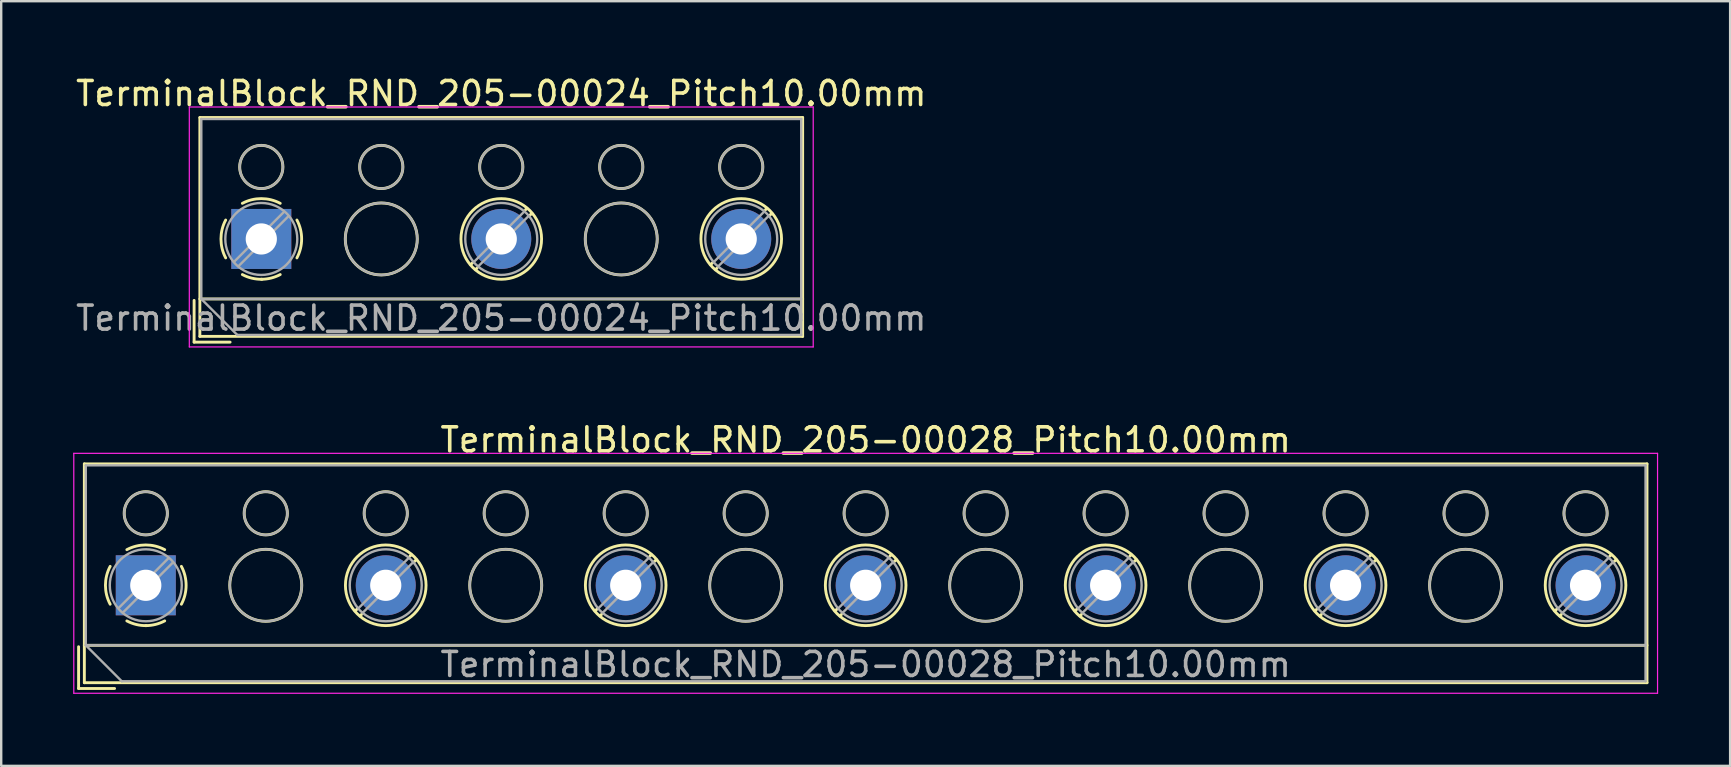
<source format=kicad_pcb>
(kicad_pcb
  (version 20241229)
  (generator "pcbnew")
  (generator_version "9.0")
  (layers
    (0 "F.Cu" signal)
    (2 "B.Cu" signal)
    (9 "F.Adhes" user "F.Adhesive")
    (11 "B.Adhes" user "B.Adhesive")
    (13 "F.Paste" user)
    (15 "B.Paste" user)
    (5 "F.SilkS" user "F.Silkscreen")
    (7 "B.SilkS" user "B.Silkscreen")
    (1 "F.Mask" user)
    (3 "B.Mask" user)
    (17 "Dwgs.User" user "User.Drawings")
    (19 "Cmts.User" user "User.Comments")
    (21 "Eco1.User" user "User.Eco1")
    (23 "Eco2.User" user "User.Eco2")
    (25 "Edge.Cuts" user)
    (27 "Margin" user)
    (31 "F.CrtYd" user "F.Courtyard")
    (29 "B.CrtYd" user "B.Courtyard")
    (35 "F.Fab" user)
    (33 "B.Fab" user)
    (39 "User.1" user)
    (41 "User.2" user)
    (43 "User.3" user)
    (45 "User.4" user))
  (footprint "TerminalBlock_RND_205-00028_Pitch10.00mm"
    (layer "F.Cu")
    (at 3.025 21.341)
    (property "Reference" "TerminalBlock_RND_205-00028_Pitch10.00mm" (at 30 -6.06 0) (layer "F.SilkS") (effects (font (size 1 1) (thickness 0.15))))
    (attr through_hole)
    (fp_line (start -2.8 2.56) (end -2.8 4.3) (stroke (width 0.12) (type solid)) (layer "F.SilkS"))
    (fp_line (start -2.8 4.3) (end -1.3 4.3) (stroke (width 0.12) (type solid)) (layer "F.SilkS"))
    (fp_line (start -2.56 -5.06) (end -2.56 4.06) (stroke (width 0.12) (type solid)) (layer "F.SilkS"))
    (fp_line (start -2.56 2.5) (end 62.56 2.5) (stroke (width 0.12) (type solid)) (layer "F.SilkS"))
    (fp_line (start -2.56 4.06) (end 62.56 4.06) (stroke (width 0.12) (type solid)) (layer "F.SilkS"))
    (fp_line (start 8.82 0.976) (end 8.726 1.069) (stroke (width 0.12) (type solid)) (layer "F.SilkS"))
    (fp_line (start 8.99 1.216) (end 8.931 1.274) (stroke (width 0.12) (type solid)) (layer "F.SilkS"))
    (fp_line (start 11.07 -1.275) (end 11.011 -1.216) (stroke (width 0.12) (type solid)) (layer "F.SilkS"))
    (fp_line (start 11.275 -1.069) (end 11.181 -0.976) (stroke (width 0.12) (type solid)) (layer "F.SilkS"))
    (fp_line (start 18.82 0.976) (end 18.726 1.069) (stroke (width 0.12) (type solid)) (layer "F.SilkS"))
    (fp_line (start 18.99 1.216) (end 18.931 1.274) (stroke (width 0.12) (type solid)) (layer "F.SilkS"))
    (fp_line (start 21.07 -1.275) (end 21.011 -1.216) (stroke (width 0.12) (type solid)) (layer "F.SilkS"))
    (fp_line (start 21.275 -1.069) (end 21.181 -0.976) (stroke (width 0.12) (type solid)) (layer "F.SilkS"))
    (fp_line (start 28.82 0.976) (end 28.726 1.069) (stroke (width 0.12) (type solid)) (layer "F.SilkS"))
    (fp_line (start 28.99 1.216) (end 28.931 1.274) (stroke (width 0.12) (type solid)) (layer "F.SilkS"))
    (fp_line (start 31.07 -1.275) (end 31.011 -1.216) (stroke (width 0.12) (type solid)) (layer "F.SilkS"))
    (fp_line (start 31.275 -1.069) (end 31.181 -0.976) (stroke (width 0.12) (type solid)) (layer "F.SilkS"))
    (fp_line (start 38.82 0.976) (end 38.726 1.069) (stroke (width 0.12) (type solid)) (layer "F.SilkS"))
    (fp_line (start 38.99 1.216) (end 38.931 1.274) (stroke (width 0.12) (type solid)) (layer "F.SilkS"))
    (fp_line (start 41.07 -1.275) (end 41.011 -1.216) (stroke (width 0.12) (type solid)) (layer "F.SilkS"))
    (fp_line (start 41.275 -1.069) (end 41.181 -0.976) (stroke (width 0.12) (type solid)) (layer "F.SilkS"))
    (fp_line (start 48.82 0.976) (end 48.726 1.069) (stroke (width 0.12) (type solid)) (layer "F.SilkS"))
    (fp_line (start 48.99 1.216) (end 48.931 1.274) (stroke (width 0.12) (type solid)) (layer "F.SilkS"))
    (fp_line (start 51.07 -1.275) (end 51.011 -1.216) (stroke (width 0.12) (type solid)) (layer "F.SilkS"))
    (fp_line (start 51.275 -1.069) (end 51.181 -0.976) (stroke (width 0.12) (type solid)) (layer "F.SilkS"))
    (fp_line (start 58.82 0.976) (end 58.726 1.069) (stroke (width 0.12) (type solid)) (layer "F.SilkS"))
    (fp_line (start 58.99 1.216) (end 58.931 1.274) (stroke (width 0.12) (type solid)) (layer "F.SilkS"))
    (fp_line (start 61.07 -1.275) (end 61.011 -1.216) (stroke (width 0.12) (type solid)) (layer "F.SilkS"))
    (fp_line (start 61.275 -1.069) (end 61.181 -0.976) (stroke (width 0.12) (type solid)) (layer "F.SilkS"))
    (fp_line (start 62.56 -5.06) (end -2.56 -5.06) (stroke (width 0.12) (type solid)) (layer "F.SilkS"))
    (fp_line (start 62.56 4.06) (end 62.56 -5.06) (stroke (width 0.12) (type solid)) (layer "F.SilkS"))
    (fp_arc (start -1.483953 0.789089) (mid -1.680708 0.00005) (end -1.484 -0.789) (stroke (width 0.12) (type solid)) (layer "F.SilkS"))
    (fp_arc (start -0.789089 -1.483953) (mid -0.00005 -1.680708) (end 0.789 -1.484) (stroke (width 0.12) (type solid)) (layer "F.SilkS"))
    (fp_arc (start 0.029383 1.68045) (mid -0.392304 1.634281) (end -0.789 1.484) (stroke (width 0.12) (type solid)) (layer "F.SilkS"))
    (fp_arc (start 0.788712 1.483352) (mid 0.406429 1.630097) (end 0 1.68) (stroke (width 0.12) (type solid)) (layer "F.SilkS"))
    (fp_arc (start 1.483953 -0.789089) (mid 1.680708 -0.00005) (end 1.484 0.789) (stroke (width 0.12) (type solid)) (layer "F.SilkS"))
    (fp_circle (center 0 -3) (end 0.9 -3) (stroke (width 0.12) (type solid)) (fill no) (layer "F.SilkS"))
    (fp_circle (center 5 -3) (end 5.9 -3) (stroke (width 0.12) (type solid)) (fill no) (layer "F.SilkS"))
    (fp_circle (center 5 0) (end 6.5 0) (stroke (width 0.12) (type solid)) (fill no) (layer "F.SilkS"))
    (fp_circle (center 10 -3) (end 10.9 -3) (stroke (width 0.12) (type solid)) (fill no) (layer "F.SilkS"))
    (fp_circle (center 10 0) (end 11.68 0) (stroke (width 0.12) (type solid)) (fill no) (layer "F.SilkS"))
    (fp_circle (center 15 -3) (end 15.9 -3) (stroke (width 0.12) (type solid)) (fill no) (layer "F.SilkS"))
    (fp_circle (center 15 0) (end 16.5 0) (stroke (width 0.12) (type solid)) (fill no) (layer "F.SilkS"))
    (fp_circle (center 20 -3) (end 20.9 -3) (stroke (width 0.12) (type solid)) (fill no) (layer "F.SilkS"))
    (fp_circle (center 20 0) (end 21.68 0) (stroke (width 0.12) (type solid)) (fill no) (layer "F.SilkS"))
    (fp_circle (center 25 -3) (end 25.9 -3) (stroke (width 0.12) (type solid)) (fill no) (layer "F.SilkS"))
    (fp_circle (center 25 0) (end 26.5 0) (stroke (width 0.12) (type solid)) (fill no) (layer "F.SilkS"))
    (fp_circle (center 30 -3) (end 30.9 -3) (stroke (width 0.12) (type solid)) (fill no) (layer "F.SilkS"))
    (fp_circle (center 30 0) (end 31.68 0) (stroke (width 0.12) (type solid)) (fill no) (layer "F.SilkS"))
    (fp_circle (center 35 -3) (end 35.9 -3) (stroke (width 0.12) (type solid)) (fill no) (layer "F.SilkS"))
    (fp_circle (center 35 0) (end 36.5 0) (stroke (width 0.12) (type solid)) (fill no) (layer "F.SilkS"))
    (fp_circle (center 40 -3) (end 40.9 -3) (stroke (width 0.12) (type solid)) (fill no) (layer "F.SilkS"))
    (fp_circle (center 40 0) (end 41.68 0) (stroke (width 0.12) (type solid)) (fill no) (layer "F.SilkS"))
    (fp_circle (center 45 -3) (end 45.9 -3) (stroke (width 0.12) (type solid)) (fill no) (layer "F.SilkS"))
    (fp_circle (center 45 0) (end 46.5 0) (stroke (width 0.12) (type solid)) (fill no) (layer "F.SilkS"))
    (fp_circle (center 50 -3) (end 50.9 -3) (stroke (width 0.12) (type solid)) (fill no) (layer "F.SilkS"))
    (fp_circle (center 50 0) (end 51.68 0) (stroke (width 0.12) (type solid)) (fill no) (layer "F.SilkS"))
    (fp_circle (center 55 -3) (end 55.9 -3) (stroke (width 0.12) (type solid)) (fill no) (layer "F.SilkS"))
    (fp_circle (center 55 0) (end 56.5 0) (stroke (width 0.12) (type solid)) (fill no) (layer "F.SilkS"))
    (fp_circle (center 60 -3) (end 60.9 -3) (stroke (width 0.12) (type solid)) (fill no) (layer "F.SilkS"))
    (fp_circle (center 60 0) (end 61.68 0) (stroke (width 0.12) (type solid)) (fill no) (layer "F.SilkS"))
    (fp_line (start -3 -5.5) (end -3 4.5) (stroke (width 0.05) (type solid)) (layer "F.CrtYd"))
    (fp_line (start -3 4.5) (end 63 4.5) (stroke (width 0.05) (type solid)) (layer "F.CrtYd"))
    (fp_line (start 63 -5.5) (end -3 -5.5) (stroke (width 0.05) (type solid)) (layer "F.CrtYd"))
    (fp_line (start 63 4.5) (end 63 -5.5) (stroke (width 0.05) (type solid)) (layer "F.CrtYd"))
    (fp_line (start -2.5 -5) (end 62.5 -5) (stroke (width 0.1) (type solid)) (layer "F.Fab"))
    (fp_line (start -2.5 2.5) (end -2.5 -5) (stroke (width 0.1) (type solid)) (layer "F.Fab"))
    (fp_line (start -2.5 2.5) (end 62.5 2.5) (stroke (width 0.1) (type solid)) (layer "F.Fab"))
    (fp_line (start -1 4) (end -2.5 2.5) (stroke (width 0.1) (type solid)) (layer "F.Fab"))
    (fp_line (start 0.955 -1.138) (end -1.138 0.955) (stroke (width 0.1) (type solid)) (layer "F.Fab"))
    (fp_line (start 1.138 -0.955) (end -0.955 1.138) (stroke (width 0.1) (type solid)) (layer "F.Fab"))
    (fp_line (start 10.955 -1.138) (end 8.863 0.955) (stroke (width 0.1) (type solid)) (layer "F.Fab"))
    (fp_line (start 11.138 -0.955) (end 9.046 1.138) (stroke (width 0.1) (type solid)) (layer "F.Fab"))
    (fp_line (start 20.955 -1.138) (end 18.863 0.955) (stroke (width 0.1) (type solid)) (layer "F.Fab"))
    (fp_line (start 21.138 -0.955) (end 19.046 1.138) (stroke (width 0.1) (type solid)) (layer "F.Fab"))
    (fp_line (start 30.955 -1.138) (end 28.863 0.955) (stroke (width 0.1) (type solid)) (layer "F.Fab"))
    (fp_line (start 31.138 -0.955) (end 29.046 1.138) (stroke (width 0.1) (type solid)) (layer "F.Fab"))
    (fp_line (start 40.955 -1.138) (end 38.863 0.955) (stroke (width 0.1) (type solid)) (layer "F.Fab"))
    (fp_line (start 41.138 -0.955) (end 39.046 1.138) (stroke (width 0.1) (type solid)) (layer "F.Fab"))
    (fp_line (start 50.955 -1.138) (end 48.863 0.955) (stroke (width 0.1) (type solid)) (layer "F.Fab"))
    (fp_line (start 51.138 -0.955) (end 49.046 1.138) (stroke (width 0.1) (type solid)) (layer "F.Fab"))
    (fp_line (start 60.955 -1.138) (end 58.863 0.955) (stroke (width 0.1) (type solid)) (layer "F.Fab"))
    (fp_line (start 61.138 -0.955) (end 59.046 1.138) (stroke (width 0.1) (type solid)) (layer "F.Fab"))
    (fp_line (start 62.5 -5) (end 62.5 4) (stroke (width 0.1) (type solid)) (layer "F.Fab"))
    (fp_line (start 62.5 4) (end -1 4) (stroke (width 0.1) (type solid)) (layer "F.Fab"))
    (fp_circle (center 0 -3) (end 0.9 -3) (stroke (width 0.1) (type solid)) (fill no) (layer "F.Fab"))
    (fp_circle (center 0 0) (end 1.5 0) (stroke (width 0.1) (type solid)) (fill no) (layer "F.Fab"))
    (fp_circle (center 5 -3) (end 5.9 -3) (stroke (width 0.1) (type solid)) (fill no) (layer "F.Fab"))
    (fp_circle (center 5 0) (end 6.5 0) (stroke (width 0.1) (type solid)) (fill no) (layer "F.Fab"))
    (fp_circle (center 10 -3) (end 10.9 -3) (stroke (width 0.1) (type solid)) (fill no) (layer "F.Fab"))
    (fp_circle (center 10 0) (end 11.5 0) (stroke (width 0.1) (type solid)) (fill no) (layer "F.Fab"))
    (fp_circle (center 15 -3) (end 15.9 -3) (stroke (width 0.1) (type solid)) (fill no) (layer "F.Fab"))
    (fp_circle (center 15 0) (end 16.5 0) (stroke (width 0.1) (type solid)) (fill no) (layer "F.Fab"))
    (fp_circle (center 20 -3) (end 20.9 -3) (stroke (width 0.1) (type solid)) (fill no) (layer "F.Fab"))
    (fp_circle (center 20 0) (end 21.5 0) (stroke (width 0.1) (type solid)) (fill no) (layer "F.Fab"))
    (fp_circle (center 25 -3) (end 25.9 -3) (stroke (width 0.1) (type solid)) (fill no) (layer "F.Fab"))
    (fp_circle (center 25 0) (end 26.5 0) (stroke (width 0.1) (type solid)) (fill no) (layer "F.Fab"))
    (fp_circle (center 30 -3) (end 30.9 -3) (stroke (width 0.1) (type solid)) (fill no) (layer "F.Fab"))
    (fp_circle (center 30 0) (end 31.5 0) (stroke (width 0.1) (type solid)) (fill no) (layer "F.Fab"))
    (fp_circle (center 35 -3) (end 35.9 -3) (stroke (width 0.1) (type solid)) (fill no) (layer "F.Fab"))
    (fp_circle (center 35 0) (end 36.5 0) (stroke (width 0.1) (type solid)) (fill no) (layer "F.Fab"))
    (fp_circle (center 40 -3) (end 40.9 -3) (stroke (width 0.1) (type solid)) (fill no) (layer "F.Fab"))
    (fp_circle (center 40 0) (end 41.5 0) (stroke (width 0.1) (type solid)) (fill no) (layer "F.Fab"))
    (fp_circle (center 45 -3) (end 45.9 -3) (stroke (width 0.1) (type solid)) (fill no) (layer "F.Fab"))
    (fp_circle (center 45 0) (end 46.5 0) (stroke (width 0.1) (type solid)) (fill no) (layer "F.Fab"))
    (fp_circle (center 50 -3) (end 50.9 -3) (stroke (width 0.1) (type solid)) (fill no) (layer "F.Fab"))
    (fp_circle (center 50 0) (end 51.5 0) (stroke (width 0.1) (type solid)) (fill no) (layer "F.Fab"))
    (fp_circle (center 55 -3) (end 55.9 -3) (stroke (width 0.1) (type solid)) (fill no) (layer "F.Fab"))
    (fp_circle (center 55 0) (end 56.5 0) (stroke (width 0.1) (type solid)) (fill no) (layer "F.Fab"))
    (fp_circle (center 60 -3) (end 60.9 -3) (stroke (width 0.1) (type solid)) (fill no) (layer "F.Fab"))
    (fp_circle (center 60 0) (end 61.5 0) (stroke (width 0.1) (type solid)) (fill no) (layer "F.Fab"))
    (fp_text user "${REFERENCE}" (at 30 3.3 0) (layer "F.Fab") (effects (font (size 1 1) (thickness 0.15))))
    (pad "1" thru_hole rect (at 0 0) (size 2.5 2.5) (drill 1.3) (layers "*.Cu" "*.Mask"))
    (pad "2" thru_hole circle (at 10 0) (size 2.5 2.5) (drill 1.3) (layers "*.Cu" "*.Mask"))
    (pad "3" thru_hole circle (at 20 0) (size 2.5 2.5) (drill 1.3) (layers "*.Cu" "*.Mask"))
    (pad "4" thru_hole circle (at 30 0) (size 2.5 2.5) (drill 1.3) (layers "*.Cu" "*.Mask"))
    (pad "5" thru_hole circle (at 40 0) (size 2.5 2.5) (drill 1.3) (layers "*.Cu" "*.Mask"))
    (pad "6" thru_hole circle (at 50 0) (size 2.5 2.5) (drill 1.3) (layers "*.Cu" "*.Mask"))
    (pad "7" thru_hole circle (at 60 0) (size 2.5 2.5) (drill 1.3) (layers "*.Cu" "*.Mask")))
  (footprint "TerminalBlock_RND_205-00024_Pitch10.00mm"
    (layer "F.Cu")
    (at 7.839 6.908)
    (property "Reference" "TerminalBlock_RND_205-00024_Pitch10.00mm" (at 10 -6.06 0) (layer "F.SilkS") (effects (font (size 1 1) (thickness 0.15))))
    (attr through_hole)
    (fp_line (start -2.8 2.56) (end -2.8 4.3) (stroke (width 0.12) (type solid)) (layer "F.SilkS"))
    (fp_line (start -2.8 4.3) (end -1.3 4.3) (stroke (width 0.12) (type solid)) (layer "F.SilkS"))
    (fp_line (start -2.56 -5.06) (end -2.56 4.06) (stroke (width 0.12) (type solid)) (layer "F.SilkS"))
    (fp_line (start -2.56 2.5) (end 22.56 2.5) (stroke (width 0.12) (type solid)) (layer "F.SilkS"))
    (fp_line (start -2.56 4.06) (end 22.56 4.06) (stroke (width 0.12) (type solid)) (layer "F.SilkS"))
    (fp_line (start 8.82 0.976) (end 8.726 1.069) (stroke (width 0.12) (type solid)) (layer "F.SilkS"))
    (fp_line (start 8.99 1.216) (end 8.931 1.274) (stroke (width 0.12) (type solid)) (layer "F.SilkS"))
    (fp_line (start 11.07 -1.275) (end 11.011 -1.216) (stroke (width 0.12) (type solid)) (layer "F.SilkS"))
    (fp_line (start 11.275 -1.069) (end 11.181 -0.976) (stroke (width 0.12) (type solid)) (layer "F.SilkS"))
    (fp_line (start 18.82 0.976) (end 18.726 1.069) (stroke (width 0.12) (type solid)) (layer "F.SilkS"))
    (fp_line (start 18.99 1.216) (end 18.931 1.274) (stroke (width 0.12) (type solid)) (layer "F.SilkS"))
    (fp_line (start 21.07 -1.275) (end 21.011 -1.216) (stroke (width 0.12) (type solid)) (layer "F.SilkS"))
    (fp_line (start 21.275 -1.069) (end 21.181 -0.976) (stroke (width 0.12) (type solid)) (layer "F.SilkS"))
    (fp_line (start 22.56 -5.06) (end -2.56 -5.06) (stroke (width 0.12) (type solid)) (layer "F.SilkS"))
    (fp_line (start 22.56 4.06) (end 22.56 -5.06) (stroke (width 0.12) (type solid)) (layer "F.SilkS"))
    (fp_arc (start -1.483953 0.789089) (mid -1.680708 0.00005) (end -1.484 -0.789) (stroke (width 0.12) (type solid)) (layer "F.SilkS"))
    (fp_arc (start -0.789089 -1.483953) (mid -0.00005 -1.680708) (end 0.789 -1.484) (stroke (width 0.12) (type solid)) (layer "F.SilkS"))
    (fp_arc (start 0.029383 1.68045) (mid -0.392304 1.634281) (end -0.789 1.484) (stroke (width 0.12) (type solid)) (layer "F.SilkS"))
    (fp_arc (start 0.788712 1.483352) (mid 0.406429 1.630097) (end 0 1.68) (stroke (width 0.12) (type solid)) (layer "F.SilkS"))
    (fp_arc (start 1.483953 -0.789089) (mid 1.680708 -0.00005) (end 1.484 0.789) (stroke (width 0.12) (type solid)) (layer "F.SilkS"))
    (fp_circle (center 0 -3) (end 0.9 -3) (stroke (width 0.12) (type solid)) (fill no) (layer "F.SilkS"))
    (fp_circle (center 5 -3) (end 5.9 -3) (stroke (width 0.12) (type solid)) (fill no) (layer "F.SilkS"))
    (fp_circle (center 5 0) (end 6.5 0) (stroke (width 0.12) (type solid)) (fill no) (layer "F.SilkS"))
    (fp_circle (center 10 -3) (end 10.9 -3) (stroke (width 0.12) (type solid)) (fill no) (layer "F.SilkS"))
    (fp_circle (center 10 0) (end 11.68 0) (stroke (width 0.12) (type solid)) (fill no) (layer "F.SilkS"))
    (fp_circle (center 15 -3) (end 15.9 -3) (stroke (width 0.12) (type solid)) (fill no) (layer "F.SilkS"))
    (fp_circle (center 15 0) (end 16.5 0) (stroke (width 0.12) (type solid)) (fill no) (layer "F.SilkS"))
    (fp_circle (center 20 -3) (end 20.9 -3) (stroke (width 0.12) (type solid)) (fill no) (layer "F.SilkS"))
    (fp_circle (center 20 0) (end 21.68 0) (stroke (width 0.12) (type solid)) (fill no) (layer "F.SilkS"))
    (fp_line (start -3 -5.5) (end -3 4.5) (stroke (width 0.05) (type solid)) (layer "F.CrtYd"))
    (fp_line (start -3 4.5) (end 23 4.5) (stroke (width 0.05) (type solid)) (layer "F.CrtYd"))
    (fp_line (start 23 -5.5) (end -3 -5.5) (stroke (width 0.05) (type solid)) (layer "F.CrtYd"))
    (fp_line (start 23 4.5) (end 23 -5.5) (stroke (width 0.05) (type solid)) (layer "F.CrtYd"))
    (fp_line (start -2.5 -5) (end 22.5 -5) (stroke (width 0.1) (type solid)) (layer "F.Fab"))
    (fp_line (start -2.5 2.5) (end -2.5 -5) (stroke (width 0.1) (type solid)) (layer "F.Fab"))
    (fp_line (start -2.5 2.5) (end 22.5 2.5) (stroke (width 0.1) (type solid)) (layer "F.Fab"))
    (fp_line (start -1 4) (end -2.5 2.5) (stroke (width 0.1) (type solid)) (layer "F.Fab"))
    (fp_line (start 0.955 -1.138) (end -1.138 0.955) (stroke (width 0.1) (type solid)) (layer "F.Fab"))
    (fp_line (start 1.138 -0.955) (end -0.955 1.138) (stroke (width 0.1) (type solid)) (layer "F.Fab"))
    (fp_line (start 10.955 -1.138) (end 8.863 0.955) (stroke (width 0.1) (type solid)) (layer "F.Fab"))
    (fp_line (start 11.138 -0.955) (end 9.046 1.138) (stroke (width 0.1) (type solid)) (layer "F.Fab"))
    (fp_line (start 20.955 -1.138) (end 18.863 0.955) (stroke (width 0.1) (type solid)) (layer "F.Fab"))
    (fp_line (start 21.138 -0.955) (end 19.046 1.138) (stroke (width 0.1) (type solid)) (layer "F.Fab"))
    (fp_line (start 22.5 -5) (end 22.5 4) (stroke (width 0.1) (type solid)) (layer "F.Fab"))
    (fp_line (start 22.5 4) (end -1 4) (stroke (width 0.1) (type solid)) (layer "F.Fab"))
    (fp_circle (center 0 -3) (end 0.9 -3) (stroke (width 0.1) (type solid)) (fill no) (layer "F.Fab"))
    (fp_circle (center 0 0) (end 1.5 0) (stroke (width 0.1) (type solid)) (fill no) (layer "F.Fab"))
    (fp_circle (center 5 -3) (end 5.9 -3) (stroke (width 0.1) (type solid)) (fill no) (layer "F.Fab"))
    (fp_circle (center 5 0) (end 6.5 0) (stroke (width 0.1) (type solid)) (fill no) (layer "F.Fab"))
    (fp_circle (center 10 -3) (end 10.9 -3) (stroke (width 0.1) (type solid)) (fill no) (layer "F.Fab"))
    (fp_circle (center 10 0) (end 11.5 0) (stroke (width 0.1) (type solid)) (fill no) (layer "F.Fab"))
    (fp_circle (center 15 -3) (end 15.9 -3) (stroke (width 0.1) (type solid)) (fill no) (layer "F.Fab"))
    (fp_circle (center 15 0) (end 16.5 0) (stroke (width 0.1) (type solid)) (fill no) (layer "F.Fab"))
    (fp_circle (center 20 -3) (end 20.9 -3) (stroke (width 0.1) (type solid)) (fill no) (layer "F.Fab"))
    (fp_circle (center 20 0) (end 21.5 0) (stroke (width 0.1) (type solid)) (fill no) (layer "F.Fab"))
    (fp_text user "${REFERENCE}" (at 10 3.3 0) (layer "F.Fab") (effects (font (size 1 1) (thickness 0.15))))
    (pad "1" thru_hole rect (at 0 0) (size 2.5 2.5) (drill 1.3) (layers "*.Cu" "*.Mask"))
    (pad "2" thru_hole circle (at 10 0) (size 2.5 2.5) (drill 1.3) (layers "*.Cu" "*.Mask"))
    (pad "3" thru_hole circle (at 20 0) (size 2.5 2.5) (drill 1.3) (layers "*.Cu" "*.Mask")))
  (gr_rect
    (start -3 -3)
    (end 69.05 28.866)
    (stroke (width 0.1) (type default))
    (fill no)
    (layer "Edge.Cuts")))
</source>
